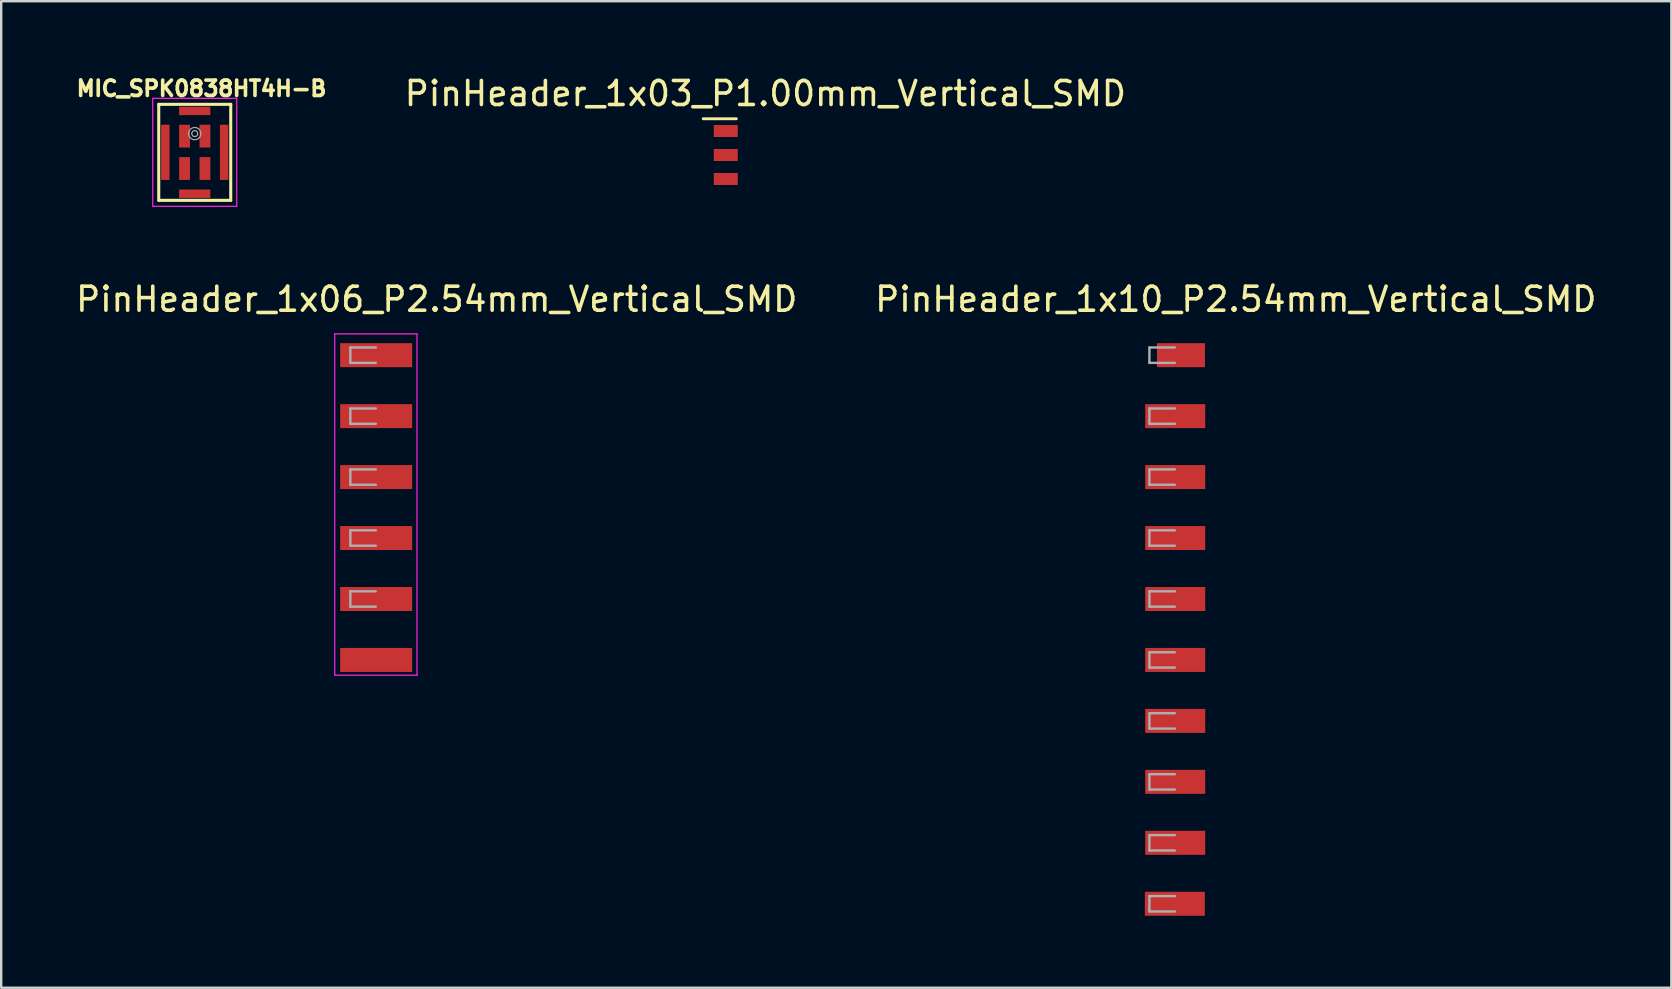
<source format=kicad_pcb>
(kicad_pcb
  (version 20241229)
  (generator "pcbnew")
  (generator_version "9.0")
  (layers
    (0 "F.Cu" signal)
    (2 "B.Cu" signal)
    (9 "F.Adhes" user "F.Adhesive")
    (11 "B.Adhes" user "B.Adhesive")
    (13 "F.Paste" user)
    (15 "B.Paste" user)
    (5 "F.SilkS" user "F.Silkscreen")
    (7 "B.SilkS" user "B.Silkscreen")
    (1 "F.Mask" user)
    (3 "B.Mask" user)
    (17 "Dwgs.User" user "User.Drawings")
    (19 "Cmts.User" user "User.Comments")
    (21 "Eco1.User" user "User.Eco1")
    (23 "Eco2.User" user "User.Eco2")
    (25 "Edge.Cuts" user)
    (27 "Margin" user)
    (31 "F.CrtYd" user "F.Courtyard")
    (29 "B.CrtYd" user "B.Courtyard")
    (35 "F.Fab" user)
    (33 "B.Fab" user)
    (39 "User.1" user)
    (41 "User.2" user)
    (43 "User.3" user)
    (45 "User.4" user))
  (footprint "MIC_SPK0838HT4H-B"
    (layer "F.Cu")
    (at 5.065 3.297)
    (property "Reference" "MIC_SPK0838HT4H-B" (at 0.282 -2.659 0) (layer "F.SilkS") (effects (font (size 0.641 0.641) (thickness 0.15))))
    (attr through_hole)
    (fp_line (start -1.5 -2) (end 1.5 -2) (stroke (width 0.127) (type solid)) (layer "F.SilkS"))
    (fp_line (start -1.5 2) (end -1.5 -2) (stroke (width 0.127) (type solid)) (layer "F.SilkS"))
    (fp_line (start 1.5 -2) (end 1.5 2) (stroke (width 0.127) (type solid)) (layer "F.SilkS"))
    (fp_line (start 1.5 2) (end -1.5 2) (stroke (width 0.127) (type solid)) (layer "F.SilkS"))
    (fp_line (start -1.75 -2.25) (end 1.75 -2.25) (stroke (width 0.05) (type solid)) (layer "F.CrtYd"))
    (fp_line (start -1.75 2.25) (end -1.75 -2.25) (stroke (width 0.05) (type solid)) (layer "F.CrtYd"))
    (fp_line (start 1.75 -2.25) (end 1.75 2.25) (stroke (width 0.05) (type solid)) (layer "F.CrtYd"))
    (fp_line (start 1.75 2.25) (end -1.75 2.25) (stroke (width 0.05) (type solid)) (layer "F.CrtYd"))
    (fp_circle (center 0 -0.78) (end 0.125 -0.78) (stroke (width 0.05) (type solid)) (fill no) (layer "F.Fab"))
    (fp_circle (center 0 -0.78) (end 0.255 -0.78) (stroke (width 0.05) (type solid)) (fill no) (layer "F.Fab"))
    (pad "1" smd rect (at 0.425 0.675) (size 0.45 0.95) (layers "F.Cu" "F.Mask" "F.Paste"))
    (pad "2" smd rect (at 0.425 -0.675) (size 0.45 0.95) (layers "F.Cu" "F.Mask" "F.Paste"))
    (pad "3" smd rect (at -0.425 -0.675) (size 0.45 0.95) (layers "F.Cu" "F.Mask" "F.Paste"))
    (pad "4" smd rect (at -0.425 0.675) (size 0.45 0.95) (layers "F.Cu" "F.Mask" "F.Paste"))
    (pad "5" smd rect (at 0 1.725) (size 1.3 0.35) (layers "F.Cu" "F.Mask" "F.Paste"))
    (pad "6" smd rect (at 1.225 0) (size 0.35 2.3) (layers "F.Cu" "F.Mask" "F.Paste"))
    (pad "7" smd rect (at 0 -1.725) (size 1.3 0.35) (layers "F.Cu" "F.Mask" "F.Paste"))
    (pad "8" smd rect (at -1.225 0) (size 0.35 2.3) (layers "F.Cu" "F.Mask" "F.Paste")))
  (footprint "PinHeader_1x10_P2.54mm_Vertical_SMD"
    (layer "F.Cu")
    (at 48.446 23.18)
    (property "Reference" "PinHeader_1x10_P2.54mm_Vertical_SMD" (at 0 -13.76 0) (layer "F.SilkS") (effects (font (size 1 1) (thickness 0.15))))
    (attr smd)
    (fp_line (start -3.6 -11.75) (end -3.6 -11.11) (stroke (width 0.1) (type solid)) (layer "F.Fab"))
    (fp_line (start -3.6 -11.11) (end -2.54 -11.11) (stroke (width 0.1) (type solid)) (layer "F.Fab"))
    (fp_line (start -3.6 -9.21) (end -3.6 -8.57) (stroke (width 0.1) (type solid)) (layer "F.Fab"))
    (fp_line (start -3.6 -8.57) (end -2.54 -8.57) (stroke (width 0.1) (type solid)) (layer "F.Fab"))
    (fp_line (start -3.6 -6.67) (end -3.6 -6.03) (stroke (width 0.1) (type solid)) (layer "F.Fab"))
    (fp_line (start -3.6 -6.03) (end -2.54 -6.03) (stroke (width 0.1) (type solid)) (layer "F.Fab"))
    (fp_line (start -3.6 -4.13) (end -3.6 -3.49) (stroke (width 0.1) (type solid)) (layer "F.Fab"))
    (fp_line (start -3.6 -3.49) (end -2.54 -3.49) (stroke (width 0.1) (type solid)) (layer "F.Fab"))
    (fp_line (start -3.6 -1.59) (end -3.6 -0.95) (stroke (width 0.1) (type solid)) (layer "F.Fab"))
    (fp_line (start -3.6 -0.95) (end -2.54 -0.95) (stroke (width 0.1) (type solid)) (layer "F.Fab"))
    (fp_line (start -3.6 0.95) (end -3.6 1.59) (stroke (width 0.1) (type solid)) (layer "F.Fab"))
    (fp_line (start -3.6 1.59) (end -2.54 1.59) (stroke (width 0.1) (type solid)) (layer "F.Fab"))
    (fp_line (start -3.6 3.49) (end -3.6 4.13) (stroke (width 0.1) (type solid)) (layer "F.Fab"))
    (fp_line (start -3.6 4.13) (end -2.54 4.13) (stroke (width 0.1) (type solid)) (layer "F.Fab"))
    (fp_line (start -3.6 6.03) (end -3.6 6.67) (stroke (width 0.1) (type solid)) (layer "F.Fab"))
    (fp_line (start -3.6 6.67) (end -2.54 6.67) (stroke (width 0.1) (type solid)) (layer "F.Fab"))
    (fp_line (start -3.6 8.57) (end -3.6 9.21) (stroke (width 0.1) (type solid)) (layer "F.Fab"))
    (fp_line (start -3.6 9.21) (end -2.54 9.21) (stroke (width 0.1) (type solid)) (layer "F.Fab"))
    (fp_line (start -3.6 11.11) (end -3.6 11.75) (stroke (width 0.1) (type solid)) (layer "F.Fab"))
    (fp_line (start -3.6 11.75) (end -2.54 11.75) (stroke (width 0.1) (type solid)) (layer "F.Fab"))
    (fp_line (start -2.54 -11.75) (end -3.6 -11.75) (stroke (width 0.1) (type solid)) (layer "F.Fab"))
    (fp_line (start -2.54 -9.21) (end -3.6 -9.21) (stroke (width 0.1) (type solid)) (layer "F.Fab"))
    (fp_line (start -2.54 -6.67) (end -3.6 -6.67) (stroke (width 0.1) (type solid)) (layer "F.Fab"))
    (fp_line (start -2.54 -4.13) (end -3.6 -4.13) (stroke (width 0.1) (type solid)) (layer "F.Fab"))
    (fp_line (start -2.54 -1.59) (end -3.6 -1.59) (stroke (width 0.1) (type solid)) (layer "F.Fab"))
    (fp_line (start -2.54 0.95) (end -3.6 0.95) (stroke (width 0.1) (type solid)) (layer "F.Fab"))
    (fp_line (start -2.54 3.49) (end -3.6 3.49) (stroke (width 0.1) (type solid)) (layer "F.Fab"))
    (fp_line (start -2.54 6.03) (end -3.6 6.03) (stroke (width 0.1) (type solid)) (layer "F.Fab"))
    (fp_line (start -2.54 8.57) (end -3.6 8.57) (stroke (width 0.1) (type solid)) (layer "F.Fab"))
    (fp_line (start -2.54 11.11) (end -3.6 11.11) (stroke (width 0.1) (type solid)) (layer "F.Fab"))
    (pad "1" smd rect (at -2.286 -11.43) (size 2 1) (layers "F.Cu" "F.Mask" "F.Paste"))
    (pad "2" smd rect (at -2.525 -8.89) (size 2.5 1) (layers "F.Cu" "F.Mask" "F.Paste"))
    (pad "3" smd rect (at -2.525 -6.35) (size 2.5 1) (layers "F.Cu" "F.Mask" "F.Paste"))
    (pad "4" smd rect (at -2.525 -3.81) (size 2.5 1) (layers "F.Cu" "F.Mask" "F.Paste"))
    (pad "5" smd rect (at -2.525 -1.27) (size 2.5 1) (layers "F.Cu" "F.Mask" "F.Paste"))
    (pad "6" smd rect (at -2.525 1.27) (size 2.5 1) (layers "F.Cu" "F.Mask" "F.Paste"))
    (pad "7" smd rect (at -2.525 3.81) (size 2.5 1) (layers "F.Cu" "F.Mask" "F.Paste"))
    (pad "8" smd rect (at -2.525 6.35) (size 2.5 1) (layers "F.Cu" "F.Mask" "F.Paste"))
    (pad "9" smd rect (at -2.525 8.89) (size 2.5 1) (layers "F.Cu" "F.Mask" "F.Paste"))
    (pad "10" smd rect (at -2.54 11.43) (size 2.5 1) (layers "F.Cu" "F.Mask" "F.Paste")))
  (footprint "PinHeader_1x03_P1.00mm_Vertical_SMD"
    (layer "F.Cu")
    (at 28.843 4.408)
    (property "Reference" "PinHeader_1x03_P1.00mm_Vertical_SMD" (at 0 -3.56 0) (layer "F.SilkS") (effects (font (size 1 1) (thickness 0.15))))
    (attr smd)
    (fp_line (start -2.59 -2.51) (end -1.21 -2.51) (stroke (width 0.12) (type solid)) (layer "F.SilkS"))
    (pad "1" smd rect (at -1.65 -2) (size 1 0.5) (layers "F.Cu" "F.Mask" "F.Paste"))
    (pad "2" smd rect (at -1.65 -1) (size 1 0.5) (layers "F.Cu" "F.Mask" "F.Paste"))
    (pad "3" smd rect (at -1.65 0) (size 1 0.5) (layers "F.Cu" "F.Mask" "F.Paste")))
  (footprint "PinHeader_1x06_P2.54mm_Vertical_SMD"
    (layer "F.Cu")
    (at 12.549 18.1)
    (property "Reference" "PinHeader_1x06_P2.54mm_Vertical_SMD" (at 2.6 -8.68 0) (layer "F.SilkS") (effects (font (size 1 1) (thickness 0.15))))
    (attr smd)
    (fp_line (start -1.651 -7.239) (end -1.651 6.985) (stroke (width 0.05) (type solid)) (layer "F.CrtYd"))
    (fp_line (start -1.651 6.985) (end 1.778 6.985) (stroke (width 0.05) (type solid)) (layer "F.CrtYd"))
    (fp_line (start 1.778 -7.239) (end -1.651 -7.239) (stroke (width 0.05) (type solid)) (layer "F.CrtYd"))
    (fp_line (start 1.778 6.985) (end 1.778 -7.239) (stroke (width 0.05) (type solid)) (layer "F.CrtYd"))
    (fp_line (start -1 -6.67) (end -1 -6.03) (stroke (width 0.1) (type solid)) (layer "F.Fab"))
    (fp_line (start -1 -6.03) (end 0.06 -6.03) (stroke (width 0.1) (type solid)) (layer "F.Fab"))
    (fp_line (start -1 -4.13) (end -1 -3.49) (stroke (width 0.1) (type solid)) (layer "F.Fab"))
    (fp_line (start -1 -3.49) (end 0.06 -3.49) (stroke (width 0.1) (type solid)) (layer "F.Fab"))
    (fp_line (start -1 -1.59) (end -1 -0.95) (stroke (width 0.1) (type solid)) (layer "F.Fab"))
    (fp_line (start -1 -0.95) (end 0.06 -0.95) (stroke (width 0.1) (type solid)) (layer "F.Fab"))
    (fp_line (start -1 0.95) (end -1 1.59) (stroke (width 0.1) (type solid)) (layer "F.Fab"))
    (fp_line (start -1 1.59) (end 0.06 1.59) (stroke (width 0.1) (type solid)) (layer "F.Fab"))
    (fp_line (start -1 3.49) (end -1 4.13) (stroke (width 0.1) (type solid)) (layer "F.Fab"))
    (fp_line (start -1 4.13) (end 0.06 4.13) (stroke (width 0.1) (type solid)) (layer "F.Fab"))
    (fp_line (start 0.06 -6.67) (end -1 -6.67) (stroke (width 0.1) (type solid)) (layer "F.Fab"))
    (fp_line (start 0.06 -4.13) (end -1 -4.13) (stroke (width 0.1) (type solid)) (layer "F.Fab"))
    (fp_line (start 0.06 -1.59) (end -1 -1.59) (stroke (width 0.1) (type solid)) (layer "F.Fab"))
    (fp_line (start 0.06 0.95) (end -1 0.95) (stroke (width 0.1) (type solid)) (layer "F.Fab"))
    (fp_line (start 0.06 3.49) (end -1 3.49) (stroke (width 0.1) (type solid)) (layer "F.Fab"))
    (pad "1" smd rect (at 0.075 -6.35) (size 3 1) (layers "F.Cu" "F.Mask" "F.Paste"))
    (pad "2" smd rect (at 0.075 -3.81) (size 3 1) (layers "F.Cu" "F.Mask" "F.Paste"))
    (pad "3" smd rect (at 0.075 -1.27) (size 3 1) (layers "F.Cu" "F.Mask" "F.Paste"))
    (pad "4" smd rect (at 0.075 1.27) (size 3 1) (layers "F.Cu" "F.Mask" "F.Paste"))
    (pad "5" smd rect (at 0.075 3.81) (size 3 1) (layers "F.Cu" "F.Mask" "F.Paste"))
    (pad "6" smd rect (at 0.075 6.35) (size 3 1) (layers "F.Cu" "F.Mask" "F.Paste")))
  (gr_rect
    (start -3 -3)
    (end 66.595 38.11)
    (stroke (width 0.1) (type default))
    (fill no)
    (layer "Edge.Cuts")))
</source>
